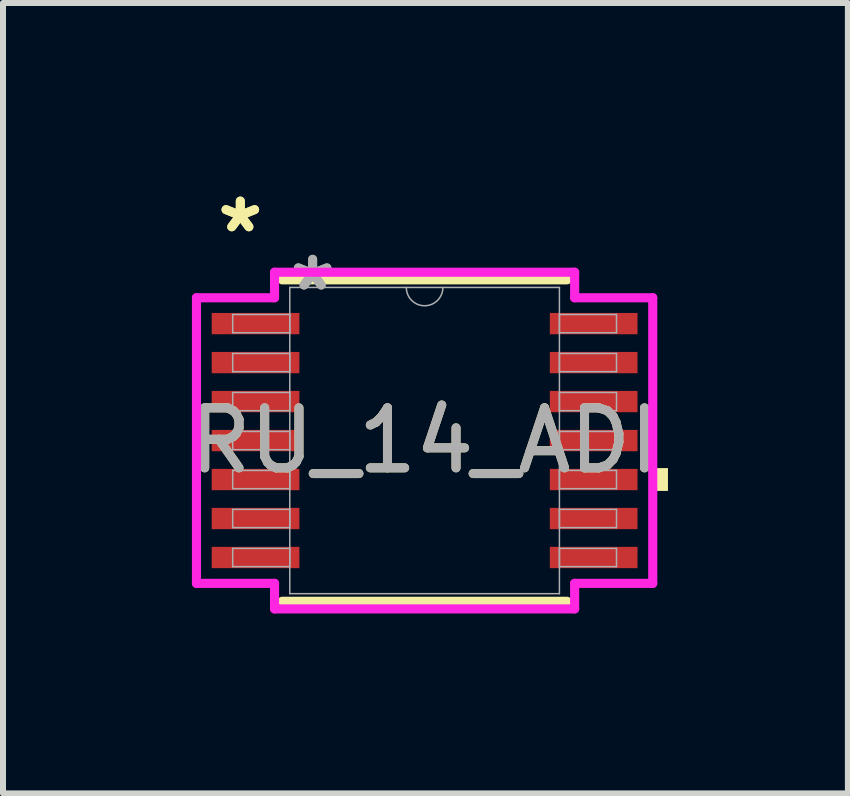
<source format=kicad_pcb>
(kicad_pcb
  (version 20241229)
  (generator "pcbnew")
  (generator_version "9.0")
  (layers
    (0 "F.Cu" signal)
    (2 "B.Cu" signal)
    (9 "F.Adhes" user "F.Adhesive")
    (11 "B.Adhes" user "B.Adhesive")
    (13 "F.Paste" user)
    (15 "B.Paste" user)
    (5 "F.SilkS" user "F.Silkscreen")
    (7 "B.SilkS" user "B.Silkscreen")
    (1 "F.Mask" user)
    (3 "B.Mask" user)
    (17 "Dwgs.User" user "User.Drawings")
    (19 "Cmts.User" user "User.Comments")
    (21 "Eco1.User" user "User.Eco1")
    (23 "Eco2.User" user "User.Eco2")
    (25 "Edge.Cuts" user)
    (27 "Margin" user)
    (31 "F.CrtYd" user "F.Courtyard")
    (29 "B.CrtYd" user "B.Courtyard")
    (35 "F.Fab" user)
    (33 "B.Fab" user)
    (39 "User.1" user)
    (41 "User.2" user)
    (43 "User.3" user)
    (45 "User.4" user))
  (footprint "RU_14_ADI"
    (layer "F.Cu")
    (at 4.03 4.296)
    (property "Reference" "RU_14_ADI" (at 0 0 0) (unlocked yes) (layer "F.SilkS") (effects (font (size 1 1) (thickness 0.15))))
    (attr smd)
    (fp_line (start -2.375 2.68) (end 2.375 2.68) (stroke (width 0.152) (type solid)) (layer "F.SilkS"))
    (fp_line (start 2.375 -2.68) (end -2.375 -2.68) (stroke (width 0.152) (type solid)) (layer "F.SilkS"))
    (fp_poly (pts (xy 4.058 0.459) (xy 4.058 0.84) (xy 3.804 0.84) (xy 3.804 0.459)) (stroke (width 0) (type solid)) (fill yes) (layer "F.SilkS"))
    (fp_line (start -3.804 -2.381) (end -2.502 -2.381) (stroke (width 0.152) (type solid)) (layer "F.CrtYd"))
    (fp_line (start -3.804 2.381) (end -3.804 -2.381) (stroke (width 0.152) (type solid)) (layer "F.CrtYd"))
    (fp_line (start -3.804 2.381) (end -2.502 2.381) (stroke (width 0.152) (type solid)) (layer "F.CrtYd"))
    (fp_line (start -2.502 -2.807) (end 2.502 -2.807) (stroke (width 0.152) (type solid)) (layer "F.CrtYd"))
    (fp_line (start -2.502 -2.381) (end -2.502 -2.807) (stroke (width 0.152) (type solid)) (layer "F.CrtYd"))
    (fp_line (start -2.502 2.807) (end -2.502 2.381) (stroke (width 0.152) (type solid)) (layer "F.CrtYd"))
    (fp_line (start 2.502 -2.807) (end 2.502 -2.381) (stroke (width 0.152) (type solid)) (layer "F.CrtYd"))
    (fp_line (start 2.502 2.381) (end 2.502 2.807) (stroke (width 0.152) (type solid)) (layer "F.CrtYd"))
    (fp_line (start 2.502 2.807) (end -2.502 2.807) (stroke (width 0.152) (type solid)) (layer "F.CrtYd"))
    (fp_line (start 3.804 -2.381) (end 2.502 -2.381) (stroke (width 0.152) (type solid)) (layer "F.CrtYd"))
    (fp_line (start 3.804 -2.381) (end 3.804 2.381) (stroke (width 0.152) (type solid)) (layer "F.CrtYd"))
    (fp_line (start 3.804 2.381) (end 2.502 2.381) (stroke (width 0.152) (type solid)) (layer "F.CrtYd"))
    (fp_line (start -3.2 -2.102) (end -3.2 -1.798) (stroke (width 0.025) (type solid)) (layer "F.Fab"))
    (fp_line (start -3.2 -1.798) (end -2.248 -1.798) (stroke (width 0.025) (type solid)) (layer "F.Fab"))
    (fp_line (start -3.2 -1.452) (end -3.2 -1.148) (stroke (width 0.025) (type solid)) (layer "F.Fab"))
    (fp_line (start -3.2 -1.148) (end -2.248 -1.148) (stroke (width 0.025) (type solid)) (layer "F.Fab"))
    (fp_line (start -3.2 -0.802) (end -3.2 -0.498) (stroke (width 0.025) (type solid)) (layer "F.Fab"))
    (fp_line (start -3.2 -0.498) (end -2.248 -0.498) (stroke (width 0.025) (type solid)) (layer "F.Fab"))
    (fp_line (start -3.2 -0.152) (end -3.2 0.152) (stroke (width 0.025) (type solid)) (layer "F.Fab"))
    (fp_line (start -3.2 0.152) (end -2.248 0.152) (stroke (width 0.025) (type solid)) (layer "F.Fab"))
    (fp_line (start -3.2 0.498) (end -3.2 0.802) (stroke (width 0.025) (type solid)) (layer "F.Fab"))
    (fp_line (start -3.2 0.802) (end -2.248 0.802) (stroke (width 0.025) (type solid)) (layer "F.Fab"))
    (fp_line (start -3.2 1.148) (end -3.2 1.452) (stroke (width 0.025) (type solid)) (layer "F.Fab"))
    (fp_line (start -3.2 1.452) (end -2.248 1.452) (stroke (width 0.025) (type solid)) (layer "F.Fab"))
    (fp_line (start -3.2 1.798) (end -3.2 2.102) (stroke (width 0.025) (type solid)) (layer "F.Fab"))
    (fp_line (start -3.2 2.102) (end -2.248 2.102) (stroke (width 0.025) (type solid)) (layer "F.Fab"))
    (fp_line (start -2.248 -2.553) (end -2.248 2.553) (stroke (width 0.025) (type solid)) (layer "F.Fab"))
    (fp_line (start -2.248 -2.102) (end -3.2 -2.102) (stroke (width 0.025) (type solid)) (layer "F.Fab"))
    (fp_line (start -2.248 -1.798) (end -2.248 -2.102) (stroke (width 0.025) (type solid)) (layer "F.Fab"))
    (fp_line (start -2.248 -1.452) (end -3.2 -1.452) (stroke (width 0.025) (type solid)) (layer "F.Fab"))
    (fp_line (start -2.248 -1.148) (end -2.248 -1.452) (stroke (width 0.025) (type solid)) (layer "F.Fab"))
    (fp_line (start -2.248 -0.802) (end -3.2 -0.802) (stroke (width 0.025) (type solid)) (layer "F.Fab"))
    (fp_line (start -2.248 -0.498) (end -2.248 -0.802) (stroke (width 0.025) (type solid)) (layer "F.Fab"))
    (fp_line (start -2.248 -0.152) (end -3.2 -0.152) (stroke (width 0.025) (type solid)) (layer "F.Fab"))
    (fp_line (start -2.248 0.152) (end -2.248 -0.152) (stroke (width 0.025) (type solid)) (layer "F.Fab"))
    (fp_line (start -2.248 0.498) (end -3.2 0.498) (stroke (width 0.025) (type solid)) (layer "F.Fab"))
    (fp_line (start -2.248 0.802) (end -2.248 0.498) (stroke (width 0.025) (type solid)) (layer "F.Fab"))
    (fp_line (start -2.248 1.148) (end -3.2 1.148) (stroke (width 0.025) (type solid)) (layer "F.Fab"))
    (fp_line (start -2.248 1.452) (end -2.248 1.148) (stroke (width 0.025) (type solid)) (layer "F.Fab"))
    (fp_line (start -2.248 1.798) (end -3.2 1.798) (stroke (width 0.025) (type solid)) (layer "F.Fab"))
    (fp_line (start -2.248 2.102) (end -2.248 1.798) (stroke (width 0.025) (type solid)) (layer "F.Fab"))
    (fp_line (start -2.248 2.553) (end 2.248 2.553) (stroke (width 0.025) (type solid)) (layer "F.Fab"))
    (fp_line (start 2.248 -2.553) (end -2.248 -2.553) (stroke (width 0.025) (type solid)) (layer "F.Fab"))
    (fp_line (start 2.248 -2.102) (end 2.248 -1.798) (stroke (width 0.025) (type solid)) (layer "F.Fab"))
    (fp_line (start 2.248 -1.798) (end 3.2 -1.798) (stroke (width 0.025) (type solid)) (layer "F.Fab"))
    (fp_line (start 2.248 -1.452) (end 2.248 -1.148) (stroke (width 0.025) (type solid)) (layer "F.Fab"))
    (fp_line (start 2.248 -1.148) (end 3.2 -1.148) (stroke (width 0.025) (type solid)) (layer "F.Fab"))
    (fp_line (start 2.248 -0.802) (end 2.248 -0.498) (stroke (width 0.025) (type solid)) (layer "F.Fab"))
    (fp_line (start 2.248 -0.498) (end 3.2 -0.498) (stroke (width 0.025) (type solid)) (layer "F.Fab"))
    (fp_line (start 2.248 -0.152) (end 2.248 0.152) (stroke (width 0.025) (type solid)) (layer "F.Fab"))
    (fp_line (start 2.248 0.152) (end 3.2 0.152) (stroke (width 0.025) (type solid)) (layer "F.Fab"))
    (fp_line (start 2.248 0.498) (end 2.248 0.802) (stroke (width 0.025) (type solid)) (layer "F.Fab"))
    (fp_line (start 2.248 0.802) (end 3.2 0.802) (stroke (width 0.025) (type solid)) (layer "F.Fab"))
    (fp_line (start 2.248 1.148) (end 2.248 1.452) (stroke (width 0.025) (type solid)) (layer "F.Fab"))
    (fp_line (start 2.248 1.452) (end 3.2 1.452) (stroke (width 0.025) (type solid)) (layer "F.Fab"))
    (fp_line (start 2.248 1.798) (end 2.248 2.102) (stroke (width 0.025) (type solid)) (layer "F.Fab"))
    (fp_line (start 2.248 2.102) (end 3.2 2.102) (stroke (width 0.025) (type solid)) (layer "F.Fab"))
    (fp_line (start 2.248 2.553) (end 2.248 -2.553) (stroke (width 0.025) (type solid)) (layer "F.Fab"))
    (fp_line (start 3.2 -2.102) (end 2.248 -2.102) (stroke (width 0.025) (type solid)) (layer "F.Fab"))
    (fp_line (start 3.2 -1.798) (end 3.2 -2.102) (stroke (width 0.025) (type solid)) (layer "F.Fab"))
    (fp_line (start 3.2 -1.452) (end 2.248 -1.452) (stroke (width 0.025) (type solid)) (layer "F.Fab"))
    (fp_line (start 3.2 -1.148) (end 3.2 -1.452) (stroke (width 0.025) (type solid)) (layer "F.Fab"))
    (fp_line (start 3.2 -0.802) (end 2.248 -0.802) (stroke (width 0.025) (type solid)) (layer "F.Fab"))
    (fp_line (start 3.2 -0.498) (end 3.2 -0.802) (stroke (width 0.025) (type solid)) (layer "F.Fab"))
    (fp_line (start 3.2 -0.152) (end 2.248 -0.152) (stroke (width 0.025) (type solid)) (layer "F.Fab"))
    (fp_line (start 3.2 0.152) (end 3.2 -0.152) (stroke (width 0.025) (type solid)) (layer "F.Fab"))
    (fp_line (start 3.2 0.498) (end 2.248 0.498) (stroke (width 0.025) (type solid)) (layer "F.Fab"))
    (fp_line (start 3.2 0.802) (end 3.2 0.498) (stroke (width 0.025) (type solid)) (layer "F.Fab"))
    (fp_line (start 3.2 1.148) (end 2.248 1.148) (stroke (width 0.025) (type solid)) (layer "F.Fab"))
    (fp_line (start 3.2 1.452) (end 3.2 1.148) (stroke (width 0.025) (type solid)) (layer "F.Fab"))
    (fp_line (start 3.2 1.798) (end 2.248 1.798) (stroke (width 0.025) (type solid)) (layer "F.Fab"))
    (fp_line (start 3.2 2.102) (end 3.2 1.798) (stroke (width 0.025) (type solid)) (layer "F.Fab"))
    (fp_arc (start 0.3048 -2.5527) (mid 0 -2.2479) (end -0.3048 -2.5527) (stroke (width 0.0254) (type solid)) (layer "F.Fab"))
    (fp_text user "*" (at -3.073 -3.448 0) (unlocked yes) (layer "F.SilkS") (effects (font (size 1 1) (thickness 0.15))))
    (fp_text user "*" (at -3.073 -3.448 0) (layer "F.SilkS") (effects (font (size 1 1) (thickness 0.15))))
    (fp_text user "*" (at -1.867 -2.477 0) (unlocked yes) (layer "F.Fab") (effects (font (size 1 1) (thickness 0.15))))
    (fp_text user "*" (at -1.867 -2.477 0) (layer "F.Fab") (effects (font (size 1 1) (thickness 0.15))))
    (fp_text user "${REFERENCE}" (at 0 0 0) (unlocked yes) (layer "F.Fab") (effects (font (size 1 1) (thickness 0.15))))
    (pad "1" smd rect (at -2.819 -1.95) (size 1.462 0.355) (layers "F.Cu" "F.Mask" "F.Paste"))
    (pad "2" smd rect (at -2.819 -1.3) (size 1.462 0.355) (layers "F.Cu" "F.Mask" "F.Paste"))
    (pad "3" smd rect (at -2.819 -0.65) (size 1.462 0.355) (layers "F.Cu" "F.Mask" "F.Paste"))
    (pad "4" smd rect (at -2.819 0) (size 1.462 0.355) (layers "F.Cu" "F.Mask" "F.Paste"))
    (pad "5" smd rect (at -2.819 0.65) (size 1.462 0.355) (layers "F.Cu" "F.Mask" "F.Paste"))
    (pad "6" smd rect (at -2.819 1.3) (size 1.462 0.355) (layers "F.Cu" "F.Mask" "F.Paste"))
    (pad "7" smd rect (at -2.819 1.95) (size 1.462 0.355) (layers "F.Cu" "F.Mask" "F.Paste"))
    (pad "8" smd rect (at 2.819 1.95) (size 1.462 0.355) (layers "F.Cu" "F.Mask" "F.Paste"))
    (pad "9" smd rect (at 2.819 1.3) (size 1.462 0.355) (layers "F.Cu" "F.Mask" "F.Paste"))
    (pad "10" smd rect (at 2.819 0.65) (size 1.462 0.355) (layers "F.Cu" "F.Mask" "F.Paste"))
    (pad "11" smd rect (at 2.819 0) (size 1.462 0.355) (layers "F.Cu" "F.Mask" "F.Paste"))
    (pad "12" smd rect (at 2.819 -0.65) (size 1.462 0.355) (layers "F.Cu" "F.Mask" "F.Paste"))
    (pad "13" smd rect (at 2.819 -1.3) (size 1.462 0.355) (layers "F.Cu" "F.Mask" "F.Paste"))
    (pad "14" smd rect (at 2.819 -1.95) (size 1.462 0.355) (layers "F.Cu" "F.Mask" "F.Paste")))
  (gr_rect
    (start -3 -3)
    (end 11.088 10.179)
    (stroke (width 0.1) (type default))
    (fill no)
    (layer "Edge.Cuts")))
</source>
